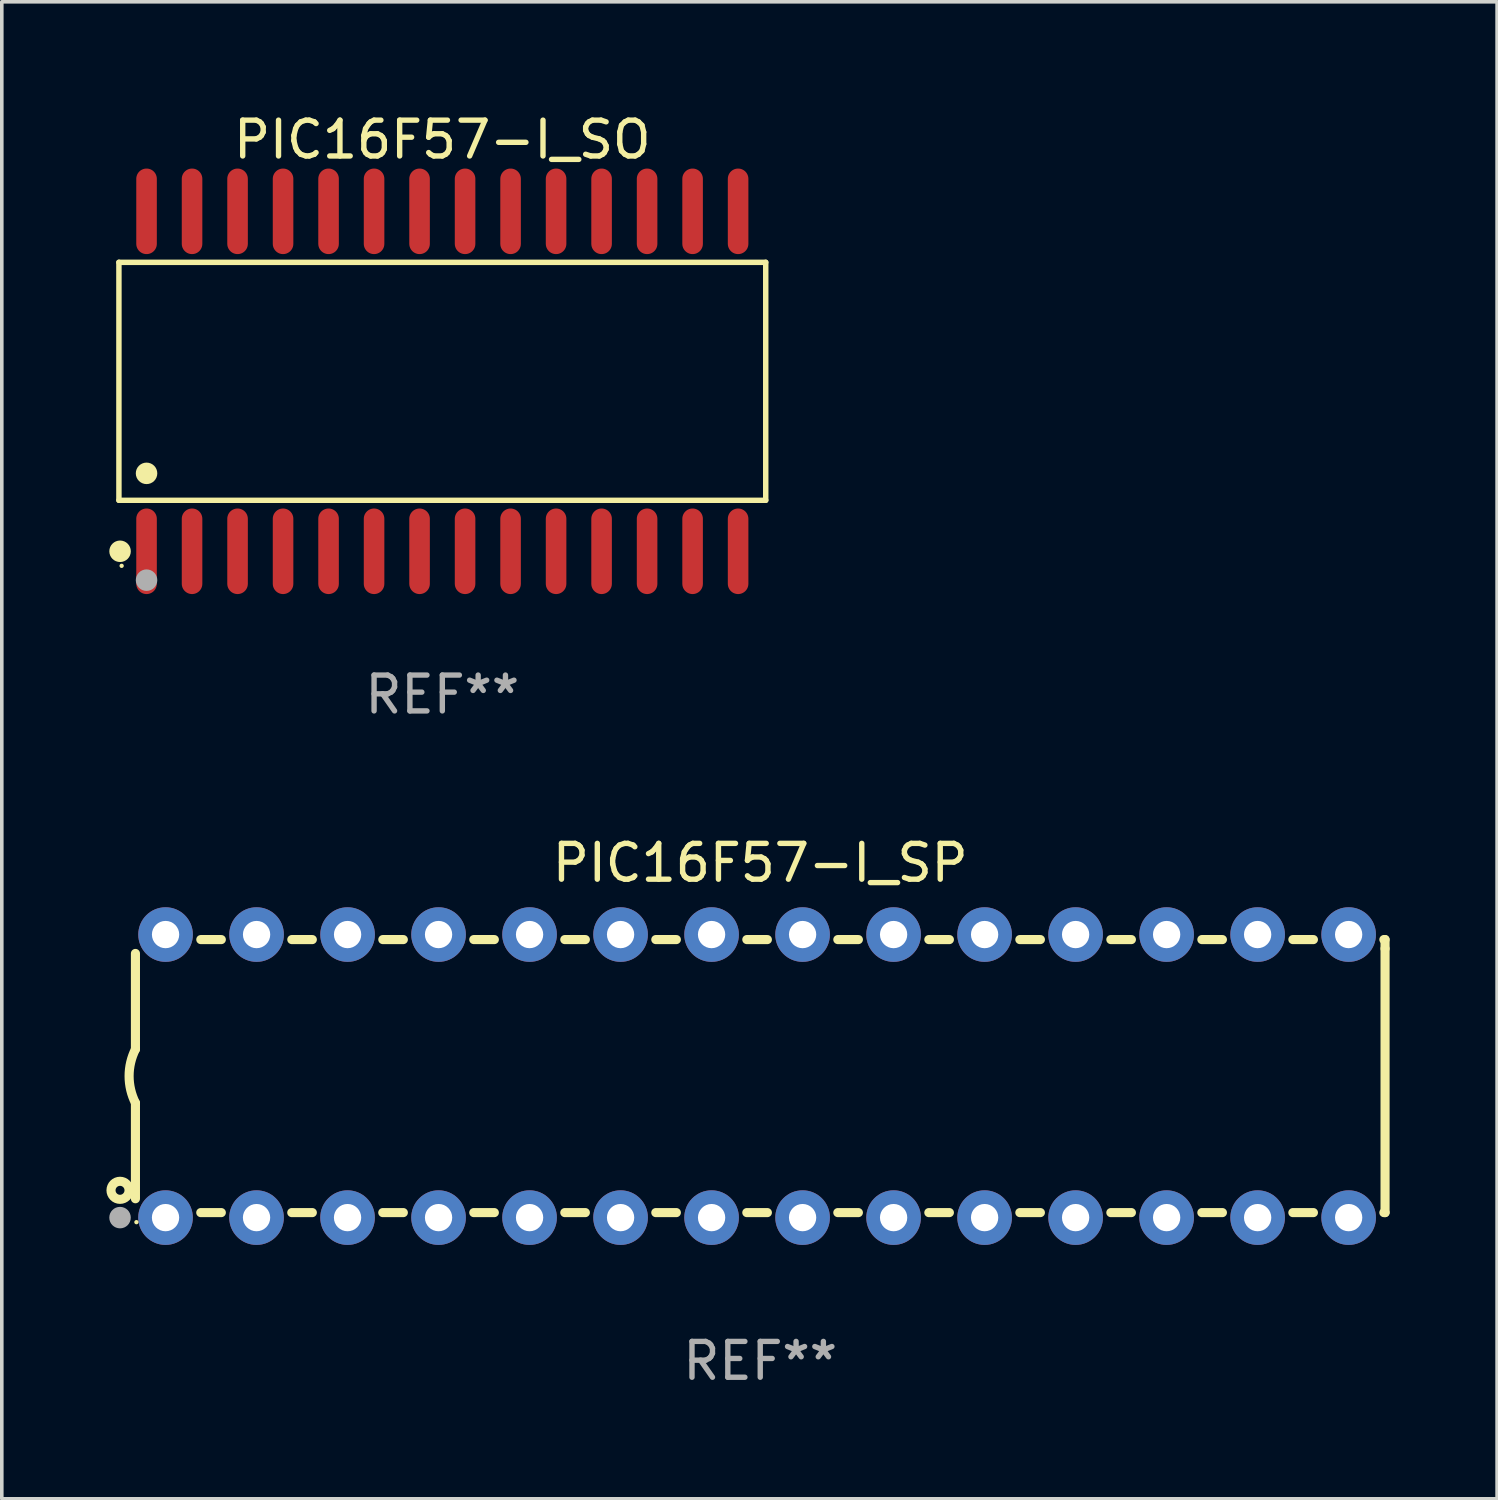
<source format=kicad_pcb>
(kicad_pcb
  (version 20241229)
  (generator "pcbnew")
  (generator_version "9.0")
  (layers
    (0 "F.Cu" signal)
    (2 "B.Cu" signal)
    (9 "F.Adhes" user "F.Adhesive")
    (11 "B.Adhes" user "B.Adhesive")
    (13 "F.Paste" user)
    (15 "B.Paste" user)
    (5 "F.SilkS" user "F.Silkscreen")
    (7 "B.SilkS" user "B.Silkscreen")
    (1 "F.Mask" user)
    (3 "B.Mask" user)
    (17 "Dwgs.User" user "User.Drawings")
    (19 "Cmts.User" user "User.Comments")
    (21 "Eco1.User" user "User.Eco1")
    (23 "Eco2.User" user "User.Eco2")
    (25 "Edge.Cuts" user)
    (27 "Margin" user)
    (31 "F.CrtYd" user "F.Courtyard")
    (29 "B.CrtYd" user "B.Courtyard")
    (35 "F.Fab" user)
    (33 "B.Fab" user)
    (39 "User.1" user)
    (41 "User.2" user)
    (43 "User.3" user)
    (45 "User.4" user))
  (footprint "PIC16F57-I_SP"
    (layer "F.Cu")
    (at 18.168 26.983)
    (property "Reference" "PIC16F57-I_SP" (at 0 -5.95 0) (layer "F.SilkS") (effects (font (size 1 1) (thickness 0.15))))
    (attr through_hole)
    (fp_line (start -17.438 0.75) (end -17.438 3.423) (stroke (width 0.254) (type solid)) (layer "F.SilkS"))
    (fp_line (start -17.438 -3.423) (end -17.438 -0.75) (stroke (width 0.254) (type solid)) (layer "F.SilkS"))
    (fp_line (start -15.615 3.81) (end -15.041 3.81) (stroke (width 0.254) (type solid)) (layer "F.SilkS"))
    (fp_line (start -15.041 -3.81) (end -15.614 -3.81) (stroke (width 0.254) (type solid)) (layer "F.SilkS"))
    (fp_line (start -13.075 3.81) (end -12.501 3.81) (stroke (width 0.254) (type solid)) (layer "F.SilkS"))
    (fp_line (start -12.501 -3.81) (end -13.074 -3.81) (stroke (width 0.254) (type solid)) (layer "F.SilkS"))
    (fp_line (start -10.535 3.81) (end -9.961 3.81) (stroke (width 0.254) (type solid)) (layer "F.SilkS"))
    (fp_line (start -9.961 -3.81) (end -10.534 -3.81) (stroke (width 0.254) (type solid)) (layer "F.SilkS"))
    (fp_line (start -7.995 3.81) (end -7.421 3.81) (stroke (width 0.254) (type solid)) (layer "F.SilkS"))
    (fp_line (start -7.421 -3.81) (end -7.995 -3.81) (stroke (width 0.254) (type solid)) (layer "F.SilkS"))
    (fp_line (start -5.455 3.81) (end -4.881 3.81) (stroke (width 0.254) (type solid)) (layer "F.SilkS"))
    (fp_line (start -4.881 -3.81) (end -5.455 -3.81) (stroke (width 0.254) (type solid)) (layer "F.SilkS"))
    (fp_line (start -2.915 3.81) (end -2.341 3.81) (stroke (width 0.254) (type solid)) (layer "F.SilkS"))
    (fp_line (start -2.341 -3.81) (end -2.915 -3.81) (stroke (width 0.254) (type solid)) (layer "F.SilkS"))
    (fp_line (start -0.375 3.81) (end 0.199 3.81) (stroke (width 0.254) (type solid)) (layer "F.SilkS"))
    (fp_line (start 0.199 -3.81) (end -0.375 -3.81) (stroke (width 0.254) (type solid)) (layer "F.SilkS"))
    (fp_line (start 2.165 3.81) (end 2.739 3.81) (stroke (width 0.254) (type solid)) (layer "F.SilkS"))
    (fp_line (start 2.739 -3.81) (end 2.165 -3.81) (stroke (width 0.254) (type solid)) (layer "F.SilkS"))
    (fp_line (start 4.705 3.81) (end 5.279 3.81) (stroke (width 0.254) (type solid)) (layer "F.SilkS"))
    (fp_line (start 5.279 -3.81) (end 4.705 -3.81) (stroke (width 0.254) (type solid)) (layer "F.SilkS"))
    (fp_line (start 7.245 3.81) (end 7.819 3.81) (stroke (width 0.254) (type solid)) (layer "F.SilkS"))
    (fp_line (start 7.819 -3.81) (end 7.245 -3.81) (stroke (width 0.254) (type solid)) (layer "F.SilkS"))
    (fp_line (start 9.785 3.81) (end 10.359 3.81) (stroke (width 0.254) (type solid)) (layer "F.SilkS"))
    (fp_line (start 10.359 -3.81) (end 9.785 -3.81) (stroke (width 0.254) (type solid)) (layer "F.SilkS"))
    (fp_line (start 12.325 3.81) (end 12.899 3.81) (stroke (width 0.254) (type solid)) (layer "F.SilkS"))
    (fp_line (start 12.899 -3.81) (end 12.325 -3.81) (stroke (width 0.254) (type solid)) (layer "F.SilkS"))
    (fp_line (start 14.865 3.81) (end 15.439 3.81) (stroke (width 0.254) (type solid)) (layer "F.SilkS"))
    (fp_line (start 15.439 -3.81) (end 14.865 -3.81) (stroke (width 0.254) (type solid)) (layer "F.SilkS"))
    (fp_line (start 17.405 3.81) (end 17.438 3.81) (stroke (width 0.254) (type solid)) (layer "F.SilkS"))
    (fp_line (start 17.438 -3.81) (end 17.405 -3.81) (stroke (width 0.254) (type solid)) (layer "F.SilkS"))
    (fp_line (start 17.438 -3.556) (end 17.438 -3.81) (stroke (width 0.254) (type solid)) (layer "F.SilkS"))
    (fp_line (start 17.438 3.81) (end 17.438 -3.556) (stroke (width 0.254) (type solid)) (layer "F.SilkS"))
    (fp_arc (start -17.437986 0.749657) (mid -17.614887 -0.000024) (end -17.437783 -0.749657) (stroke (width 0.254001) (type solid)) (layer "F.SilkS"))
    (fp_circle (center -17.868 3.188) (end -17.743 3.188) (stroke (width 0.254) (type solid)) (fill no) (layer "F.SilkS"))
    (fp_circle (center -17.411 4.077) (end -17.381 4.077) (stroke (width 0.06) (type solid)) (fill no) (layer "F.SilkS"))
    (fp_circle (center -17.868 3.95) (end -17.718 3.95) (stroke (width 0.3) (type solid)) (fill no) (layer "F.Fab"))
    (fp_text user "REF**" (at 0 7.95 0) (layer "F.Fab") (effects (font (size 1 1) (thickness 0.15))))
    (pad "1" thru_hole circle (at -16.598 3.95) (size 1.524 1.524) (drill 0.762) (layers "*.Cu" "*.Mask"))
    (pad "2" thru_hole circle (at -14.058 3.95) (size 1.524 1.524) (drill 0.762) (layers "*.Cu" "*.Mask"))
    (pad "3" thru_hole circle (at -11.518 3.95) (size 1.524 1.524) (drill 0.762) (layers "*.Cu" "*.Mask"))
    (pad "4" thru_hole circle (at -8.978 3.95) (size 1.524 1.524) (drill 0.762) (layers "*.Cu" "*.Mask"))
    (pad "5" thru_hole circle (at -6.438 3.95) (size 1.524 1.524) (drill 0.762) (layers "*.Cu" "*.Mask"))
    (pad "6" thru_hole circle (at -3.898 3.95) (size 1.524 1.524) (drill 0.762) (layers "*.Cu" "*.Mask"))
    (pad "7" thru_hole circle (at -1.358 3.95) (size 1.524 1.524) (drill 0.762) (layers "*.Cu" "*.Mask"))
    (pad "8" thru_hole circle (at 1.182 3.95) (size 1.524 1.524) (drill 0.762) (layers "*.Cu" "*.Mask"))
    (pad "9" thru_hole circle (at 3.722 3.95) (size 1.524 1.524) (drill 0.762) (layers "*.Cu" "*.Mask"))
    (pad "10" thru_hole circle (at 6.262 3.95) (size 1.524 1.524) (drill 0.762) (layers "*.Cu" "*.Mask"))
    (pad "11" thru_hole circle (at 8.802 3.95) (size 1.524 1.524) (drill 0.762) (layers "*.Cu" "*.Mask"))
    (pad "12" thru_hole circle (at 11.342 3.95) (size 1.524 1.524) (drill 0.762) (layers "*.Cu" "*.Mask"))
    (pad "13" thru_hole circle (at 13.882 3.95) (size 1.524 1.524) (drill 0.762) (layers "*.Cu" "*.Mask"))
    (pad "14" thru_hole circle (at 16.422 3.95) (size 1.524 1.524) (drill 0.762) (layers "*.Cu" "*.Mask"))
    (pad "15" thru_hole circle (at 16.422 -3.95) (size 1.524 1.524) (drill 0.762) (layers "*.Cu" "*.Mask"))
    (pad "16" thru_hole circle (at 13.882 -3.95) (size 1.524 1.524) (drill 0.762) (layers "*.Cu" "*.Mask"))
    (pad "17" thru_hole circle (at 11.342 -3.95) (size 1.524 1.524) (drill 0.762) (layers "*.Cu" "*.Mask"))
    (pad "18" thru_hole circle (at 8.802 -3.95) (size 1.524 1.524) (drill 0.762) (layers "*.Cu" "*.Mask"))
    (pad "19" thru_hole circle (at 6.262 -3.95) (size 1.524 1.524) (drill 0.762) (layers "*.Cu" "*.Mask"))
    (pad "20" thru_hole circle (at 3.722 -3.95) (size 1.524 1.524) (drill 0.762) (layers "*.Cu" "*.Mask"))
    (pad "21" thru_hole circle (at 1.182 -3.95) (size 1.524 1.524) (drill 0.762) (layers "*.Cu" "*.Mask"))
    (pad "22" thru_hole circle (at -1.358 -3.95) (size 1.524 1.524) (drill 0.762) (layers "*.Cu" "*.Mask"))
    (pad "23" thru_hole circle (at -3.898 -3.95) (size 1.524 1.524) (drill 0.762) (layers "*.Cu" "*.Mask"))
    (pad "24" thru_hole circle (at -6.438 -3.95) (size 1.524 1.524) (drill 0.762) (layers "*.Cu" "*.Mask"))
    (pad "25" thru_hole circle (at -8.978 -3.95) (size 1.524 1.524) (drill 0.762) (layers "*.Cu" "*.Mask"))
    (pad "26" thru_hole circle (at -11.517 -3.95) (size 1.524 1.524) (drill 0.762) (layers "*.Cu" "*.Mask"))
    (pad "27" thru_hole circle (at -14.057 -3.95) (size 1.524 1.524) (drill 0.762) (layers "*.Cu" "*.Mask"))
    (pad "28" thru_hole circle (at -16.597 -3.95) (size 1.524 1.524) (drill 0.762) (layers "*.Cu" "*.Mask")))
  (footprint "PIC16F57-I_SO"
    (layer "F.Cu")
    (at 9.295 7.592)
    (property "Reference" "PIC16F57-I_SO" (at 0 -6.744 0) (layer "F.SilkS") (effects (font (size 1 1) (thickness 0.15))))
    (attr through_hole)
    (fp_line (start -9.026 -3.321) (end 9.026 -3.321) (stroke (width 0.152) (type solid)) (layer "F.SilkS"))
    (fp_line (start -9.026 3.321) (end -9.026 -3.321) (stroke (width 0.152) (type solid)) (layer "F.SilkS"))
    (fp_line (start 9.026 -3.321) (end 9.026 3.321) (stroke (width 0.152) (type solid)) (layer "F.SilkS"))
    (fp_line (start 9.026 3.321) (end -9.026 3.321) (stroke (width 0.152) (type solid)) (layer "F.SilkS"))
    (fp_circle (center -8.994 4.744) (end -8.844 4.744) (stroke (width 0.3) (type solid)) (fill no) (layer "F.SilkS"))
    (fp_circle (center -8.95 5.15) (end -8.92 5.15) (stroke (width 0.06) (type solid)) (fill no) (layer "F.SilkS"))
    (fp_circle (center -8.255 2.569) (end -8.105 2.569) (stroke (width 0.3) (type solid)) (fill no) (layer "F.SilkS"))
    (fp_circle (center -8.255 5.55) (end -8.105 5.55) (stroke (width 0.3) (type solid)) (fill no) (layer "F.Fab"))
    (fp_text user "REF**" (at 0 8.744 0) (layer "F.Fab") (effects (font (size 1 1) (thickness 0.15))))
    (pad "1" smd oval (at -8.255 4.744) (size 0.574 2.388) (layers "F.Cu" "F.Mask" "F.Paste"))
    (pad "2" smd oval (at -6.985 4.744) (size 0.574 2.388) (layers "F.Cu" "F.Mask" "F.Paste"))
    (pad "3" smd oval (at -5.715 4.744) (size 0.574 2.388) (layers "F.Cu" "F.Mask" "F.Paste"))
    (pad "4" smd oval (at -4.445 4.744) (size 0.574 2.388) (layers "F.Cu" "F.Mask" "F.Paste"))
    (pad "5" smd oval (at -3.175 4.744) (size 0.574 2.388) (layers "F.Cu" "F.Mask" "F.Paste"))
    (pad "6" smd oval (at -1.905 4.744) (size 0.574 2.388) (layers "F.Cu" "F.Mask" "F.Paste"))
    (pad "7" smd oval (at -0.635 4.744) (size 0.574 2.388) (layers "F.Cu" "F.Mask" "F.Paste"))
    (pad "8" smd oval (at 0.635 4.744) (size 0.574 2.388) (layers "F.Cu" "F.Mask" "F.Paste"))
    (pad "9" smd oval (at 1.905 4.744) (size 0.574 2.388) (layers "F.Cu" "F.Mask" "F.Paste"))
    (pad "10" smd oval (at 3.175 4.744) (size 0.574 2.388) (layers "F.Cu" "F.Mask" "F.Paste"))
    (pad "11" smd oval (at 4.445 4.744) (size 0.574 2.388) (layers "F.Cu" "F.Mask" "F.Paste"))
    (pad "12" smd oval (at 5.715 4.744) (size 0.574 2.388) (layers "F.Cu" "F.Mask" "F.Paste"))
    (pad "13" smd oval (at 6.985 4.744) (size 0.574 2.388) (layers "F.Cu" "F.Mask" "F.Paste"))
    (pad "14" smd oval (at 8.255 4.744) (size 0.574 2.388) (layers "F.Cu" "F.Mask" "F.Paste"))
    (pad "15" smd oval (at 8.255 -4.744) (size 0.574 2.388) (layers "F.Cu" "F.Mask" "F.Paste"))
    (pad "16" smd oval (at 6.985 -4.744) (size 0.574 2.388) (layers "F.Cu" "F.Mask" "F.Paste"))
    (pad "17" smd oval (at 5.715 -4.744) (size 0.574 2.388) (layers "F.Cu" "F.Mask" "F.Paste"))
    (pad "18" smd oval (at 4.445 -4.744) (size 0.574 2.388) (layers "F.Cu" "F.Mask" "F.Paste"))
    (pad "19" smd oval (at 3.175 -4.744) (size 0.574 2.388) (layers "F.Cu" "F.Mask" "F.Paste"))
    (pad "20" smd oval (at 1.905 -4.744) (size 0.574 2.388) (layers "F.Cu" "F.Mask" "F.Paste"))
    (pad "21" smd oval (at 0.635 -4.744) (size 0.574 2.388) (layers "F.Cu" "F.Mask" "F.Paste"))
    (pad "22" smd oval (at -0.635 -4.744) (size 0.574 2.388) (layers "F.Cu" "F.Mask" "F.Paste"))
    (pad "23" smd oval (at -1.905 -4.744) (size 0.574 2.388) (layers "F.Cu" "F.Mask" "F.Paste"))
    (pad "24" smd oval (at -3.175 -4.744) (size 0.574 2.388) (layers "F.Cu" "F.Mask" "F.Paste"))
    (pad "25" smd oval (at -4.445 -4.744) (size 0.574 2.388) (layers "F.Cu" "F.Mask" "F.Paste"))
    (pad "26" smd oval (at -5.715 -4.744) (size 0.574 2.388) (layers "F.Cu" "F.Mask" "F.Paste"))
    (pad "27" smd oval (at -6.985 -4.744) (size 0.574 2.388) (layers "F.Cu" "F.Mask" "F.Paste"))
    (pad "28" smd oval (at -8.255 -4.744) (size 0.574 2.388) (layers "F.Cu" "F.Mask" "F.Paste")))
  (gr_rect
    (start -3 -3)
    (end 38.733 38.781)
    (stroke (width 0.1) (type default))
    (fill no)
    (layer "Edge.Cuts")))
</source>
